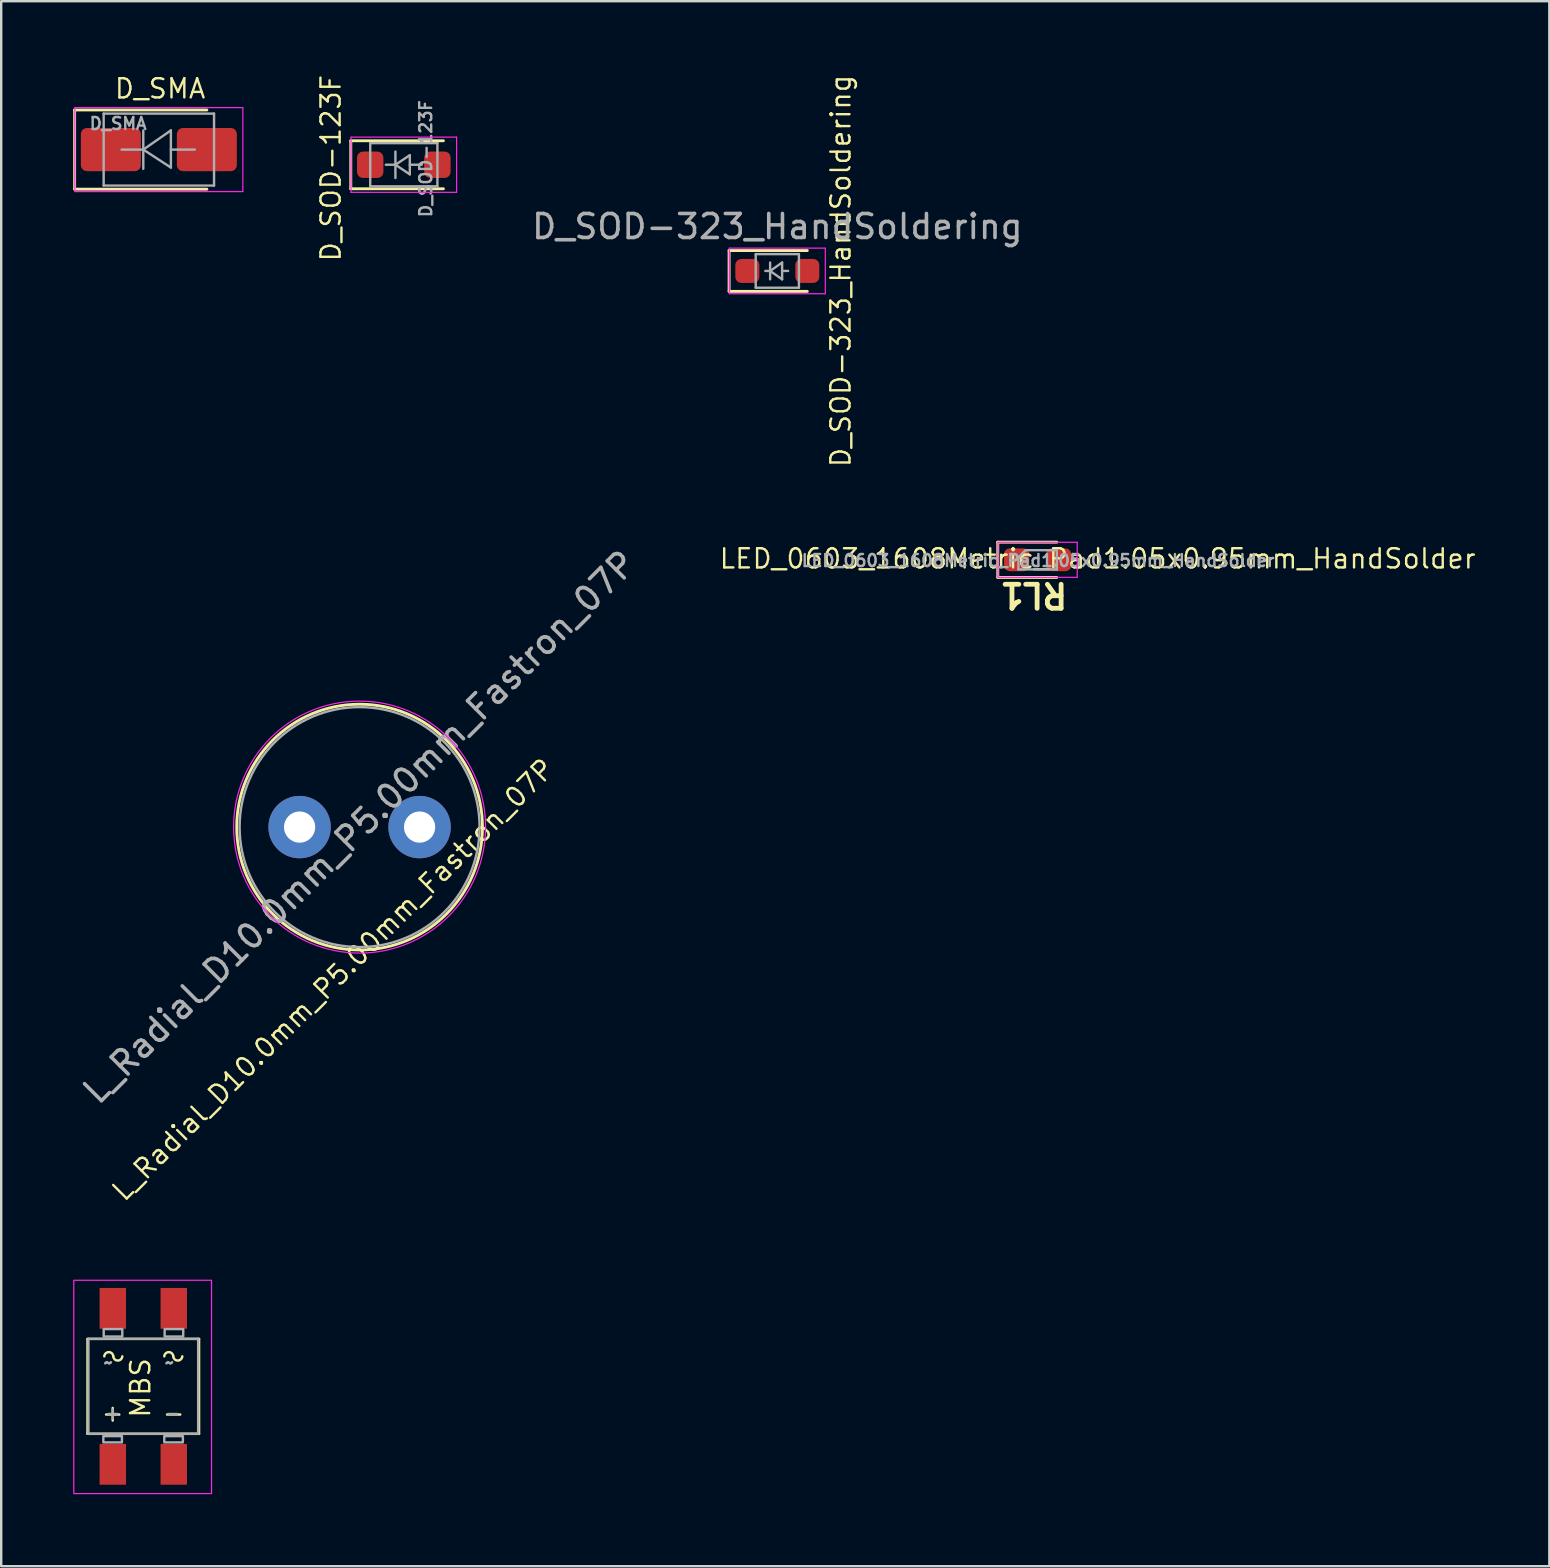
<source format=kicad_pcb>
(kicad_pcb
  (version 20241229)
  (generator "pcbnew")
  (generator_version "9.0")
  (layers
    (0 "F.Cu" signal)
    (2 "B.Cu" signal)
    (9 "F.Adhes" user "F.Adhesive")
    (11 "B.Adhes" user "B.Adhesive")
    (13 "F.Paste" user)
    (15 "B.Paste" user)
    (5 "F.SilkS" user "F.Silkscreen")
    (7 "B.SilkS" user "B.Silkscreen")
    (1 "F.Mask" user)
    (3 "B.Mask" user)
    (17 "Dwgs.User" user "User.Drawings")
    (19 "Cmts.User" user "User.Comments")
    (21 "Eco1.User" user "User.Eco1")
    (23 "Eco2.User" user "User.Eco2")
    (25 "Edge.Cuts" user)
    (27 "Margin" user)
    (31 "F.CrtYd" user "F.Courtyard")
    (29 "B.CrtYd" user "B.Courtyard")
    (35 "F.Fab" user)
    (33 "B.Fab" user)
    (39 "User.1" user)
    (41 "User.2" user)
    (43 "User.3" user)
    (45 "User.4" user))
  (footprint "MBS"
    (layer "F.Cu")
    (at 2.921 54.722)
    (property "Reference" "MBS" (at 0.35 -1.237 90) (layer "F.SilkS") (effects (font (size 0.8 0.8) (thickness 0.1)) (justify right bottom)))
    (fp_line (start -2.325 -1.975) (end -2.325 1.975) (stroke (width 0.1) (type solid)) (layer "F.SilkS"))
    (fp_line (start -2.325 1.975) (end 2.325 1.975) (stroke (width 0.1) (type solid)) (layer "F.SilkS"))
    (fp_line (start -1.275 0.9) (end -1.275 1.425) (stroke (width 0.102) (type solid)) (layer "F.SilkS"))
    (fp_line (start -1 1.175) (end -1.55 1.175) (stroke (width 0.102) (type solid)) (layer "F.SilkS"))
    (fp_line (start 1.54 1.175) (end 0.99 1.175) (stroke (width 0.102) (type solid)) (layer "F.SilkS"))
    (fp_line (start 2.325 -1.975) (end -2.325 -1.975) (stroke (width 0.1) (type solid)) (layer "F.SilkS"))
    (fp_line (start 2.325 1.975) (end 2.325 -1.975) (stroke (width 0.1) (type solid)) (layer "F.SilkS"))
    (fp_arc (start -1.625 -1.249998) (mid -1.437501 -1.425415) (end -1.25 -1.25) (stroke (width 0.1016) (type solid)) (layer "F.SilkS"))
    (fp_arc (start -0.875 -1.25) (mid -1.0625 -1.074584) (end -1.25 -1.25) (stroke (width 0.1016) (type solid)) (layer "F.SilkS"))
    (fp_arc (start 0.875 -1.25) (mid 1.062501 -1.425416) (end 1.25 -1.249998) (stroke (width 0.1016) (type solid)) (layer "F.SilkS"))
    (fp_arc (start 1.625 -1.25) (mid 1.4375 -1.074584) (end 1.25 -1.25) (stroke (width 0.1016) (type solid)) (layer "F.SilkS"))
    (fp_rect (start -2.896 -4.42) (end 2.845 4.47) (stroke (width 0.05) (type solid)) (fill no) (layer "F.CrtYd"))
    (fp_line (start -2.286 -1.981) (end -2.286 1.981) (stroke (width 0.1) (type solid)) (layer "F.Fab"))
    (fp_line (start -2.286 1.981) (end 2.286 1.981) (stroke (width 0.1) (type solid)) (layer "F.Fab"))
    (fp_line (start 2.286 -1.981) (end -2.286 -1.981) (stroke (width 0.1) (type solid)) (layer "F.Fab"))
    (fp_line (start 2.286 1.981) (end 2.286 -1.981) (stroke (width 0.1) (type solid)) (layer "F.Fab"))
    (fp_poly (pts (xy -1.665 2.337) (xy -0.89 2.337) (xy -0.89 2.075) (xy -1.665 2.075)) (stroke (width 0.1) (type solid)) (fill no) (layer "F.Fab"))
    (fp_poly (pts (xy -0.875 -2.387) (xy -1.65 -2.387) (xy -1.65 -2.075) (xy -0.875 -2.075)) (stroke (width 0.1) (type solid)) (fill no) (layer "F.Fab"))
    (fp_poly (pts (xy 0.875 2.337) (xy 1.65 2.337) (xy 1.65 2.075) (xy 0.875 2.075)) (stroke (width 0.1) (type solid)) (fill no) (layer "F.Fab"))
    (fp_poly (pts (xy 1.665 -2.387) (xy 0.89 -2.387) (xy 0.89 -2.075) (xy 1.665 -2.075)) (stroke (width 0.1) (type solid)) (fill no) (layer "F.Fab"))
    (fp_text user "~" (at -1.7 -0.7 0) (unlocked yes) (layer "F.Fab") (effects (font (size 0.5 0.5) (thickness 0.1)) (justify left bottom)))
    (fp_text user "-" (at 1.219 1.118 0) (unlocked yes) (layer "F.Fab") (effects (font (size 0.5 0.5) (thickness 0.1))))
    (fp_text user "~" (at 0.85 -0.7 0) (unlocked yes) (layer "F.Fab") (effects (font (size 0.5 0.5) (thickness 0.1)) (justify left bottom)))
    (fp_text user "+" (at -1.27 1.118 0) (unlocked yes) (layer "F.Fab") (effects (font (size 0.5 0.5) (thickness 0.1))))
    (pad "1" smd rect (at -1.27 3.25) (size 1.1 1.7) (layers "F.Cu" "F.Mask" "F.Paste"))
    (pad "2" smd rect (at 1.27 3.25) (size 1.1 1.7) (layers "F.Cu" "F.Mask" "F.Paste"))
    (pad "3" smd rect (at 1.27 -3.25 180) (size 1.1 1.7) (layers "F.Cu" "F.Mask" "F.Paste"))
    (pad "4" smd rect (at -1.27 -3.25 180) (size 1.1 1.7) (layers "F.Cu" "F.Mask" "F.Paste")))
  (footprint "D_SOD-123F"
    (layer "F.Cu")
    (at 13.778 3.816)
    (property "Reference" "D_SOD-123F" (at -3.04 0.14 90) (layer "F.SilkS") (effects (font (size 0.8 0.8) (thickness 0.1))))
    (attr smd)
    (fp_line (start -2.21 1) (end -2.21 -1) (stroke (width 0.12) (type solid)) (layer "F.SilkS"))
    (fp_line (start 1.65 -1) (end -2.21 -1) (stroke (width 0.12) (type solid)) (layer "F.SilkS"))
    (fp_line (start 1.65 1) (end -2.21 1) (stroke (width 0.12) (type solid)) (layer "F.SilkS"))
    (fp_line (start -2.2 1.15) (end -2.2 -1.15) (stroke (width 0.05) (type solid)) (layer "F.CrtYd"))
    (fp_line (start -2.2 1.15) (end 2.2 1.15) (stroke (width 0.05) (type solid)) (layer "F.CrtYd"))
    (fp_line (start 2.2 -1.15) (end -2.2 -1.15) (stroke (width 0.05) (type solid)) (layer "F.CrtYd"))
    (fp_line (start 2.2 1.15) (end 2.2 -1.15) (stroke (width 0.05) (type solid)) (layer "F.CrtYd"))
    (fp_line (start -1.4 -0.9) (end -1.4 0.9) (stroke (width 0.1) (type solid)) (layer "F.Fab"))
    (fp_line (start -1.4 0.9) (end 1.4 0.9) (stroke (width 0.1) (type solid)) (layer "F.Fab"))
    (fp_line (start -0.35 -0.55) (end -0.35 0) (stroke (width 0.1) (type solid)) (layer "F.Fab"))
    (fp_line (start -0.35 0) (end -0.75 0) (stroke (width 0.1) (type solid)) (layer "F.Fab"))
    (fp_line (start -0.35 0) (end 0.25 0.4) (stroke (width 0.1) (type solid)) (layer "F.Fab"))
    (fp_line (start -0.35 0.55) (end -0.35 0) (stroke (width 0.1) (type solid)) (layer "F.Fab"))
    (fp_line (start 0.25 -0.4) (end -0.35 0) (stroke (width 0.1) (type solid)) (layer "F.Fab"))
    (fp_line (start 0.25 0.4) (end 0.25 -0.4) (stroke (width 0.1) (type solid)) (layer "F.Fab"))
    (fp_line (start 0.75 0) (end 0.25 0) (stroke (width 0.1) (type solid)) (layer "F.Fab"))
    (fp_line (start 1.4 -0.9) (end -1.4 -0.9) (stroke (width 0.1) (type solid)) (layer "F.Fab"))
    (fp_line (start 1.4 0.9) (end 1.4 -0.9) (stroke (width 0.1) (type solid)) (layer "F.Fab"))
    (fp_text user "${REFERENCE}" (at 0.914 -0.254 90) (layer "F.Fab") (effects (font (size 0.5 0.5) (thickness 0.1))))
    (pad "1" smd roundrect (at -1.4 0) (size 1.1 1.1) (layers "F.Cu" "F.Mask" "F.Paste") (roundrect_rratio 0.227))
    (pad "2" smd roundrect (at 1.4 0) (size 1.1 1.1) (layers "F.Cu" "F.Mask" "F.Paste") (roundrect_rratio 0.227)))
  (footprint "LED_0603_1608Metric_Pad1.05x0.95mm_HandSolder"
    (layer "F.Cu")
    (at 40.19 20.278)
    (property "Reference" "LED_0603_1608Metric_Pad1.05x0.95mm_HandSolder" (at 2.501 -0.047 180) (layer "F.SilkS") (effects (font (size 0.8 0.8) (thickness 0.1))))
    (attr smd)
    (fp_line (start -1.66 -0.735) (end -1.66 0.735) (stroke (width 0.12) (type solid)) (layer "F.SilkS"))
    (fp_line (start -1.66 0.735) (end 0.8 0.735) (stroke (width 0.12) (type solid)) (layer "F.SilkS"))
    (fp_line (start 0.8 -0.735) (end -1.66 -0.735) (stroke (width 0.12) (type solid)) (layer "F.SilkS"))
    (fp_line (start -1.65 -0.73) (end 1.65 -0.73) (stroke (width 0.05) (type solid)) (layer "F.CrtYd"))
    (fp_line (start -1.65 0.73) (end -1.65 -0.73) (stroke (width 0.05) (type solid)) (layer "F.CrtYd"))
    (fp_line (start 1.65 -0.73) (end 1.65 0.73) (stroke (width 0.05) (type solid)) (layer "F.CrtYd"))
    (fp_line (start 1.65 0.73) (end -1.65 0.73) (stroke (width 0.05) (type solid)) (layer "F.CrtYd"))
    (fp_line (start -0.8 -0.1) (end -0.8 0.4) (stroke (width 0.1) (type solid)) (layer "F.Fab"))
    (fp_line (start -0.8 0.4) (end 0.8 0.4) (stroke (width 0.1) (type solid)) (layer "F.Fab"))
    (fp_line (start -0.5 -0.4) (end -0.8 -0.1) (stroke (width 0.1) (type solid)) (layer "F.Fab"))
    (fp_line (start 0.8 -0.4) (end -0.5 -0.4) (stroke (width 0.1) (type solid)) (layer "F.Fab"))
    (fp_line (start 0.8 0.4) (end 0.8 -0.4) (stroke (width 0.1) (type solid)) (layer "F.Fab"))
    (fp_text user "RL1" (at -0.164 1.473 180) (unlocked yes) (layer "F.SilkS") (effects (font (size 1 1) (thickness 0.2))))
    (fp_text user "${REFERENCE}" (at 0.021 0.033 180) (layer "F.Fab") (effects (font (size 0.5 0.5) (thickness 0.1))))
    (pad "1" smd roundrect (at -0.875 0) (size 1.05 0.95) (layers "F.Cu" "F.Mask" "F.Paste") (roundrect_rratio 0.25))
    (pad "2" smd roundrect (at 0.875 0) (size 1.05 0.95) (layers "F.Cu" "F.Mask" "F.Paste") (roundrect_rratio 0.25)))
  (footprint "D_SOD-323_HandSoldering"
    (layer "F.Cu")
    (at 29.343 8.241)
    (property "Reference" "D_SOD-323_HandSoldering" (at 2.642 0 90) (layer "F.SilkS") (effects (font (size 0.8 0.8) (thickness 0.1))))
    (attr smd)
    (fp_line (start -2.01 0.85) (end -2.01 -0.85) (stroke (width 0.12) (type solid)) (layer "F.SilkS"))
    (fp_line (start 1.25 -0.85) (end -2.01 -0.85) (stroke (width 0.12) (type solid)) (layer "F.SilkS"))
    (fp_line (start 1.25 0.85) (end -2.01 0.85) (stroke (width 0.12) (type solid)) (layer "F.SilkS"))
    (fp_line (start -2 0.95) (end -2 -0.95) (stroke (width 0.05) (type solid)) (layer "F.CrtYd"))
    (fp_line (start 2 -0.95) (end -2 -0.95) (stroke (width 0.05) (type solid)) (layer "F.CrtYd"))
    (fp_line (start 2 0.95) (end -2 0.95) (stroke (width 0.05) (type solid)) (layer "F.CrtYd"))
    (fp_line (start 2 0.95) (end 2 -0.95) (stroke (width 0.05) (type solid)) (layer "F.CrtYd"))
    (fp_line (start -0.9 -0.7) (end -0.9 0.7) (stroke (width 0.1) (type solid)) (layer "F.Fab"))
    (fp_line (start -0.9 0.7) (end 0.9 0.7) (stroke (width 0.1) (type solid)) (layer "F.Fab"))
    (fp_line (start -0.5 0) (end -0.3 0) (stroke (width 0.1) (type solid)) (layer "F.Fab"))
    (fp_line (start -0.3 0) (end 0.2 0.35) (stroke (width 0.1) (type solid)) (layer "F.Fab"))
    (fp_line (start -0.3 0.35) (end -0.3 -0.35) (stroke (width 0.1) (type solid)) (layer "F.Fab"))
    (fp_line (start 0.2 -0.35) (end -0.3 0) (stroke (width 0.1) (type solid)) (layer "F.Fab"))
    (fp_line (start 0.2 0.35) (end 0.2 -0.35) (stroke (width 0.1) (type solid)) (layer "F.Fab"))
    (fp_line (start 0.45 0) (end 0.2 0) (stroke (width 0.1) (type solid)) (layer "F.Fab"))
    (fp_line (start 0.9 -0.7) (end -0.9 -0.7) (stroke (width 0.1) (type solid)) (layer "F.Fab"))
    (fp_line (start 0.9 0.7) (end 0.9 -0.7) (stroke (width 0.1) (type solid)) (layer "F.Fab"))
    (fp_text user "${REFERENCE}" (at 0 -1.85 0) (layer "F.Fab") (effects (font (size 1 1) (thickness 0.15))))
    (pad "1" smd roundrect (at -1.25 0) (size 1 1) (layers "F.Cu" "F.Mask" "F.Paste") (roundrect_rratio 0.25))
    (pad "2" smd roundrect (at 1.25 0) (size 1 1) (layers "F.Cu" "F.Mask" "F.Paste") (roundrect_rratio 0.25)))
  (footprint "D_SMA"
    (layer "F.Cu")
    (at 3.57 3.183)
    (property "Reference" "D_SMA" (at 0.051 -2.54 180) (layer "F.SilkS") (effects (font (size 0.8 0.8) (thickness 0.1))))
    (attr smd)
    (fp_line (start -3.51 1.65) (end -3.51 -1.65) (stroke (width 0.12) (type solid)) (layer "F.SilkS"))
    (fp_line (start 2 -1.65) (end -3.51 -1.65) (stroke (width 0.12) (type solid)) (layer "F.SilkS"))
    (fp_line (start 2 1.65) (end -3.51 1.65) (stroke (width 0.12) (type solid)) (layer "F.SilkS"))
    (fp_line (start -3.5 -1.75) (end -3.5 1.75) (stroke (width 0.05) (type solid)) (layer "F.CrtYd"))
    (fp_line (start -3.5 1.75) (end 3.5 1.75) (stroke (width 0.05) (type solid)) (layer "F.CrtYd"))
    (fp_line (start 3.5 -1.75) (end -3.5 -1.75) (stroke (width 0.05) (type solid)) (layer "F.CrtYd"))
    (fp_line (start 3.5 1.75) (end 3.5 -1.75) (stroke (width 0.05) (type solid)) (layer "F.CrtYd"))
    (fp_line (start -2.3 -1.5) (end -2.3 1.5) (stroke (width 0.1) (type solid)) (layer "F.Fab"))
    (fp_line (start -2.3 -1.5) (end 2.3 -1.5) (stroke (width 0.1) (type solid)) (layer "F.Fab"))
    (fp_line (start -2.3 1.5) (end 2.3 1.5) (stroke (width 0.1) (type solid)) (layer "F.Fab"))
    (fp_line (start -1.551 0.001) (end -0.649 0.001) (stroke (width 0.1) (type solid)) (layer "F.Fab"))
    (fp_line (start -0.649 0.801) (end -0.649 -0.799) (stroke (width 0.1) (type solid)) (layer "F.Fab"))
    (fp_line (start 0.501 -0.799) (end -0.649 0.001) (stroke (width 0.1) (type solid)) (layer "F.Fab"))
    (fp_line (start 0.501 -0.799) (end 0.501 0.75) (stroke (width 0.1) (type solid)) (layer "F.Fab"))
    (fp_line (start 0.501 0.75) (end -0.649 0.001) (stroke (width 0.1) (type solid)) (layer "F.Fab"))
    (fp_line (start 1.499 0.001) (end 0.501 0.001) (stroke (width 0.1) (type solid)) (layer "F.Fab"))
    (fp_line (start 2.3 1.5) (end 2.3 -1.5) (stroke (width 0.1) (type solid)) (layer "F.Fab"))
    (fp_text user "${REFERENCE}" (at -1.698 -1.084 180) (layer "F.Fab") (effects (font (size 0.5 0.5) (thickness 0.1))))
    (pad "1" smd roundrect (at -2 0) (size 2.5 1.8) (layers "F.Cu" "F.Mask" "F.Paste") (roundrect_rratio 0.139))
    (pad "2" smd roundrect (at 2 0) (size 2.5 1.8) (layers "F.Cu" "F.Mask" "F.Paste") (roundrect_rratio 0.139)))
  (footprint "L_Radial_D10.0mm_P5.00mm_Fastron_07P"
    (layer "F.Cu")
    (at 9.435 31.417)
    (property "Reference" "L_Radial_D10.0mm_P5.00mm_Fastron_07P" (at 1.401 6.358 225) (layer "F.SilkS") (effects (font (size 0.8 0.8) (thickness 0.1))))
    (attr through_hole)
    (fp_circle (center 2.5 0) (end 7.62 0) (stroke (width 0.12) (type solid)) (fill no) (layer "F.SilkS"))
    (fp_circle (center 2.5 0) (end 7.75 0) (stroke (width 0.05) (type solid)) (fill no) (layer "F.CrtYd"))
    (fp_circle (center 2.5 0) (end 7.5 0) (stroke (width 0.1) (type solid)) (fill no) (layer "F.Fab"))
    (fp_text user "${REFERENCE}" (at 2.5 0 225) (layer "F.Fab") (effects (font (size 1 1) (thickness 0.15))))
    (pad "1" thru_hole circle (at 0 0) (size 2.6 2.6) (drill 1.3) (layers "*.Cu" "*.Mask"))
    (pad "2" thru_hole circle (at 5 0) (size 2.6 2.6) (drill 1.3) (layers "*.Cu" "*.Mask")))
  (gr_rect
    (start -3 -3)
    (end 61.514 62.217)
    (stroke (width 0.1) (type default))
    (fill no)
    (layer "Edge.Cuts")))
</source>
